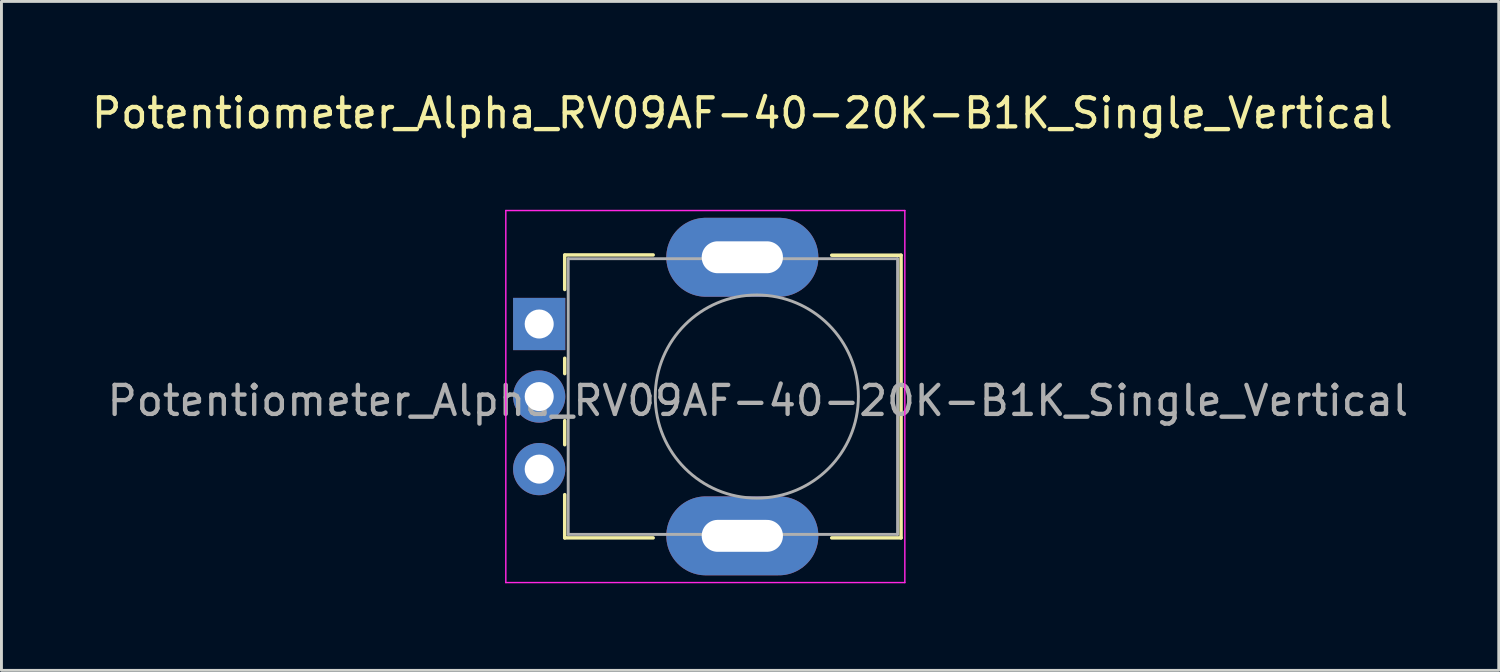
<source format=kicad_pcb>
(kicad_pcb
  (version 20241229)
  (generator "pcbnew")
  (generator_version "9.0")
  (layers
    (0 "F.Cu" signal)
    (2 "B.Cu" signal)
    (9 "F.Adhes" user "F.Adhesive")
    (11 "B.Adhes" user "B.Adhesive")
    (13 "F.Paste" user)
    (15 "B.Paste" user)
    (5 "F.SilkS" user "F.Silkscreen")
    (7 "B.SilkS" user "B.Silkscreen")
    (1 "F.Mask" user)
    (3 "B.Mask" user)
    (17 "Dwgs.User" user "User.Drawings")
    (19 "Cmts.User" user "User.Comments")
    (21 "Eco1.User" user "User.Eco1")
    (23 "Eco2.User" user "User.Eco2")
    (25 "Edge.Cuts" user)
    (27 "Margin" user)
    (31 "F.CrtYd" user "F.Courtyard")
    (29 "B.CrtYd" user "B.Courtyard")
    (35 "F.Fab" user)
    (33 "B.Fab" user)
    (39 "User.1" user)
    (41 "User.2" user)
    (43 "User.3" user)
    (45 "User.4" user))
  (footprint "Potentiometer_Alpha_RV09AF-40-20K-B1K_Single_Vertical"
    (layer "F.Cu")
    (at 16.41 6.335)
    (property "Reference" "Potentiometer_Alpha_RV09AF-40-20K-B1K_Single_Vertical" (at 6.12 -5.486 0) (unlocked yes) (layer "F.SilkS") (effects (font (size 1 1) (thickness 0.15))))
    (attr through_hole)
    (fp_line (start 0 -0.6) (end 3.048 -0.6) (stroke (width 0.12) (type solid)) (layer "F.SilkS"))
    (fp_line (start 0 0.59) (end 0 -0.59) (stroke (width 0.12) (type solid)) (layer "F.SilkS"))
    (fp_line (start 0 3.49) (end 0 2.96) (stroke (width 0.12) (type solid)) (layer "F.SilkS"))
    (fp_line (start 0 5.94) (end 0 5.11) (stroke (width 0.12) (type solid)) (layer "F.SilkS"))
    (fp_line (start 0 9.15) (end 0 7.66) (stroke (width 0.12) (type solid)) (layer "F.SilkS"))
    (fp_line (start 0 9.15) (end 3.048 9.15) (stroke (width 0.12) (type solid)) (layer "F.SilkS"))
    (fp_line (start 9.2 -0.59) (end 11.59 -0.59) (stroke (width 0.12) (type solid)) (layer "F.SilkS"))
    (fp_line (start 9.2 9.15) (end 11.59 9.15) (stroke (width 0.12) (type solid)) (layer "F.SilkS"))
    (fp_line (start 11.59 9.15) (end 11.59 -0.59) (stroke (width 0.12) (type solid)) (layer "F.SilkS"))
    (fp_line (start -2.03 -2.13) (end -2.03 10.69) (stroke (width 0.05) (type solid)) (layer "F.CrtYd"))
    (fp_line (start -2.03 10.69) (end 11.72 10.69) (stroke (width 0.05) (type solid)) (layer "F.CrtYd"))
    (fp_line (start 11.72 -2.13) (end -2.03 -2.13) (stroke (width 0.05) (type solid)) (layer "F.CrtYd"))
    (fp_line (start 11.72 10.69) (end 11.72 -2.13) (stroke (width 0.05) (type solid)) (layer "F.CrtYd"))
    (fp_line (start 0.12 -0.47) (end 11.47 -0.47) (stroke (width 0.1) (type solid)) (layer "F.Fab"))
    (fp_line (start 0.12 9.03) (end 0.12 -0.47) (stroke (width 0.1) (type solid)) (layer "F.Fab"))
    (fp_line (start 0.12 9.03) (end 11.47 9.03) (stroke (width 0.1) (type solid)) (layer "F.Fab"))
    (fp_line (start 11.47 9.03) (end 11.47 -0.47) (stroke (width 0.1) (type solid)) (layer "F.Fab"))
    (fp_circle (center 6.62 4.28) (end 6.62 0.78) (stroke (width 0.1) (type solid)) (fill no) (layer "F.Fab"))
    (fp_text user "${REFERENCE}" (at 6.657 4.423 0) (unlocked yes) (layer "F.Fab") (effects (font (size 1 1) (thickness 0.15))))
    (pad "" thru_hole oval (at 6.12 -0.52 90) (size 2.72 5.24) (drill oval 1.1 2.8) (layers "*.Cu" "*.Mask"))
    (pad "" thru_hole oval (at 6.12 9.08 90) (size 2.72 5.24) (drill oval 1.1 2.8) (layers "*.Cu" "*.Mask"))
    (pad "1" thru_hole rect (at -0.88 1.78 90) (size 1.8 1.8) (drill 1) (layers "*.Cu" "*.Mask"))
    (pad "2" thru_hole circle (at -0.88 4.28 90) (size 1.8 1.8) (drill 1) (layers "*.Cu" "*.Mask"))
    (pad "3" thru_hole circle (at -0.88 6.78 90) (size 1.8 1.8) (drill 1) (layers "*.Cu" "*.Mask")))
  (gr_rect
    (start -3 -3)
    (end 48.596 20.05)
    (stroke (width 0.1) (type default))
    (fill no)
    (layer "Edge.Cuts")))
</source>
